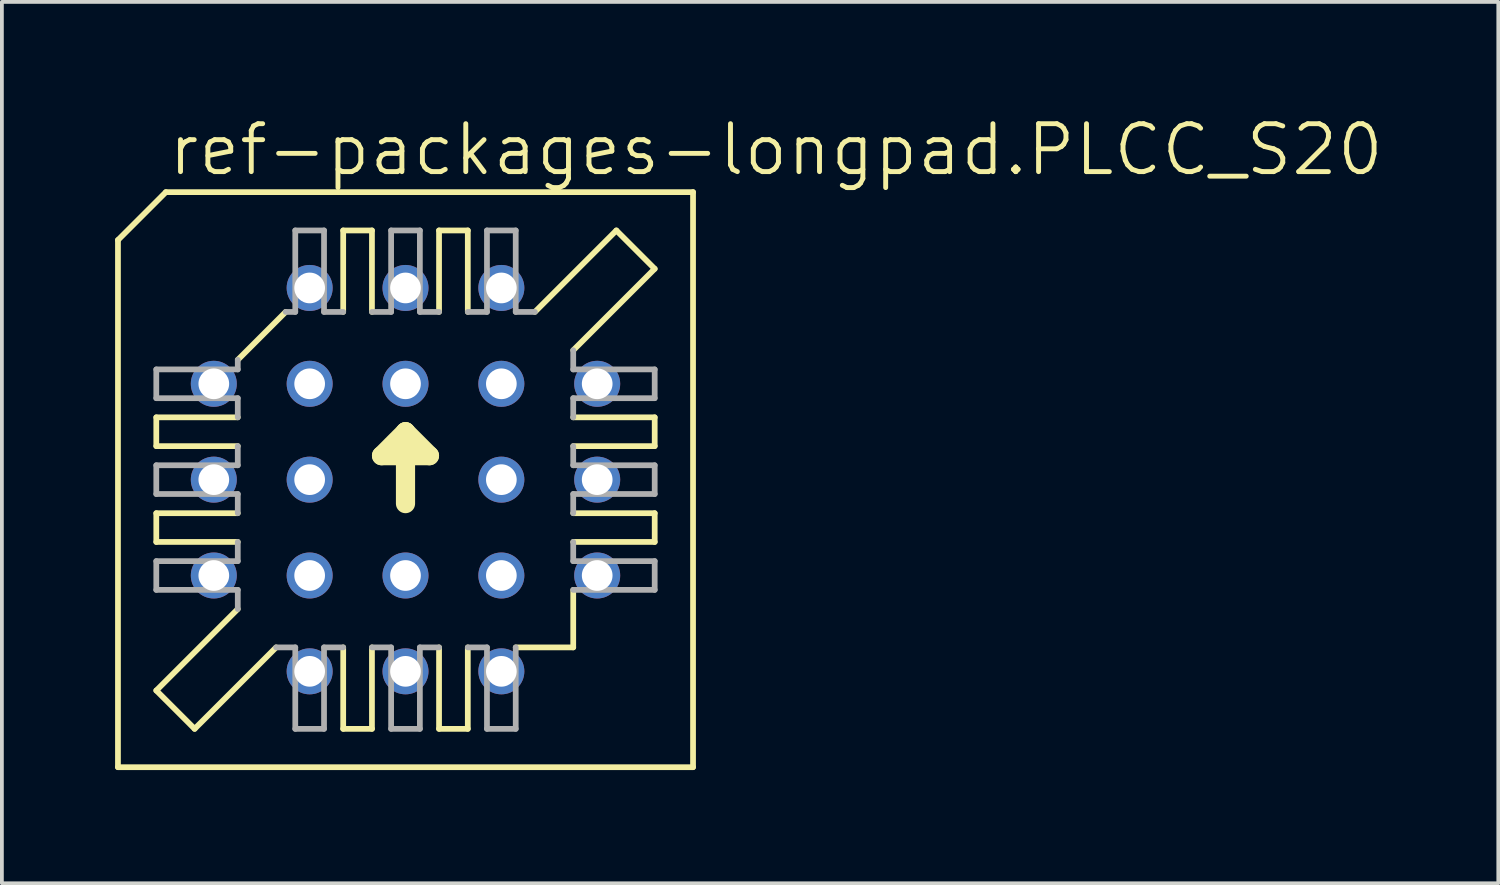
<source format=kicad_pcb>
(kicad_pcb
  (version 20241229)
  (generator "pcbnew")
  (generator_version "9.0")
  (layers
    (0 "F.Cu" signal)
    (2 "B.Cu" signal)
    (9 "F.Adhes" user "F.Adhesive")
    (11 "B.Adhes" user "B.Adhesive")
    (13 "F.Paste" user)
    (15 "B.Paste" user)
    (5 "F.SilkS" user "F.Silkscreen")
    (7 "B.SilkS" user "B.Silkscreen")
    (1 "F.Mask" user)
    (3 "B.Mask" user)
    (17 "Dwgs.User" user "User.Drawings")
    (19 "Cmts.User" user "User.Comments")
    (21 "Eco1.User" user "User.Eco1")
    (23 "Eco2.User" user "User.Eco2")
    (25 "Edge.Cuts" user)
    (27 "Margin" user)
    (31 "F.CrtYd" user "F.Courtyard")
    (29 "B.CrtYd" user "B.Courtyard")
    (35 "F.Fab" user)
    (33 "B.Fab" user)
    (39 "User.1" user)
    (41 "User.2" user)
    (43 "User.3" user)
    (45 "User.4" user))
  (footprint "ref-packages-longpad.PLCC_S20"
    (layer "F.Cu")
    (at 7.696 9.661)
    (property "Reference" "ref-packages-longpad.PLCC_S20" (at -6.35 -8.001 0) (layer "F.SilkS") (effects (font (size 1.27 1.27) (thickness 0.13)) (justify left bottom)))
    (attr through_hole)
    (fp_line (start -7.62 -6.35) (end -7.62 7.62) (stroke (width 0.152) (type default)) (layer "F.SilkS"))
    (fp_line (start -6.604 -0.889) (end -6.604 -1.651) (stroke (width 0.152) (type default)) (layer "F.SilkS"))
    (fp_line (start -6.604 -0.889) (end -4.445 -0.889) (stroke (width 0.152) (type default)) (layer "F.SilkS"))
    (fp_line (start -6.604 1.651) (end -6.604 0.889) (stroke (width 0.152) (type default)) (layer "F.SilkS"))
    (fp_line (start -6.604 1.651) (end -4.445 1.651) (stroke (width 0.152) (type default)) (layer "F.SilkS"))
    (fp_line (start -6.604 5.588) (end -4.445 3.429) (stroke (width 0.152) (type default)) (layer "F.SilkS"))
    (fp_line (start -6.35 -7.62) (end -7.62 -6.35) (stroke (width 0.152) (type default)) (layer "F.SilkS"))
    (fp_line (start -5.588 6.604) (end -6.604 5.588) (stroke (width 0.152) (type default)) (layer "F.SilkS"))
    (fp_line (start -5.588 6.604) (end -3.429 4.445) (stroke (width 0.152) (type default)) (layer "F.SilkS"))
    (fp_line (start -4.445 -3.175) (end -3.175 -4.445) (stroke (width 0.152) (type default)) (layer "F.SilkS"))
    (fp_line (start -4.445 -1.651) (end -6.604 -1.651) (stroke (width 0.152) (type default)) (layer "F.SilkS"))
    (fp_line (start -4.445 0.889) (end -6.604 0.889) (stroke (width 0.152) (type default)) (layer "F.SilkS"))
    (fp_line (start -1.651 -4.445) (end -1.651 -6.604) (stroke (width 0.152) (type default)) (layer "F.SilkS"))
    (fp_line (start -1.651 6.604) (end -1.651 4.445) (stroke (width 0.152) (type default)) (layer "F.SilkS"))
    (fp_line (start -1.651 6.604) (end -0.889 6.604) (stroke (width 0.152) (type default)) (layer "F.SilkS"))
    (fp_line (start -0.889 -6.604) (end -1.651 -6.604) (stroke (width 0.152) (type default)) (layer "F.SilkS"))
    (fp_line (start -0.889 -6.604) (end -0.889 -4.445) (stroke (width 0.152) (type default)) (layer "F.SilkS"))
    (fp_line (start -0.889 4.445) (end -0.889 6.604) (stroke (width 0.152) (type default)) (layer "F.SilkS"))
    (fp_line (start -0.635 -0.635) (end 0 -1.27) (stroke (width 0.508) (type default)) (layer "F.SilkS"))
    (fp_line (start 0 -1.27) (end 0 0.635) (stroke (width 0.508) (type default)) (layer "F.SilkS"))
    (fp_line (start 0 -1.27) (end 0.635 -0.635) (stroke (width 0.508) (type default)) (layer "F.SilkS"))
    (fp_line (start 0.635 -0.635) (end -0.635 -0.635) (stroke (width 0.508) (type default)) (layer "F.SilkS"))
    (fp_line (start 0.889 -4.445) (end 0.889 -6.604) (stroke (width 0.152) (type default)) (layer "F.SilkS"))
    (fp_line (start 0.889 6.604) (end 0.889 4.445) (stroke (width 0.152) (type default)) (layer "F.SilkS"))
    (fp_line (start 0.889 6.604) (end 1.651 6.604) (stroke (width 0.152) (type default)) (layer "F.SilkS"))
    (fp_line (start 1.651 -6.604) (end 0.889 -6.604) (stroke (width 0.152) (type default)) (layer "F.SilkS"))
    (fp_line (start 1.651 -6.604) (end 1.651 -4.445) (stroke (width 0.152) (type default)) (layer "F.SilkS"))
    (fp_line (start 1.651 4.445) (end 1.651 6.604) (stroke (width 0.152) (type default)) (layer "F.SilkS"))
    (fp_line (start 2.921 4.445) (end 4.445 4.445) (stroke (width 0.152) (type default)) (layer "F.SilkS"))
    (fp_line (start 4.445 -0.889) (end 6.604 -0.889) (stroke (width 0.152) (type default)) (layer "F.SilkS"))
    (fp_line (start 4.445 1.651) (end 6.604 1.651) (stroke (width 0.152) (type default)) (layer "F.SilkS"))
    (fp_line (start 4.445 2.921) (end 4.445 4.445) (stroke (width 0.152) (type default)) (layer "F.SilkS"))
    (fp_line (start 5.588 -6.604) (end 3.429 -4.445) (stroke (width 0.152) (type default)) (layer "F.SilkS"))
    (fp_line (start 6.604 -5.588) (end 4.445 -3.429) (stroke (width 0.152) (type default)) (layer "F.SilkS"))
    (fp_line (start 6.604 -5.588) (end 5.588 -6.604) (stroke (width 0.152) (type default)) (layer "F.SilkS"))
    (fp_line (start 6.604 -1.651) (end 4.445 -1.651) (stroke (width 0.152) (type default)) (layer "F.SilkS"))
    (fp_line (start 6.604 -1.651) (end 6.604 -0.889) (stroke (width 0.152) (type default)) (layer "F.SilkS"))
    (fp_line (start 6.604 0.889) (end 4.445 0.889) (stroke (width 0.152) (type default)) (layer "F.SilkS"))
    (fp_line (start 6.604 0.889) (end 6.604 1.651) (stroke (width 0.152) (type default)) (layer "F.SilkS"))
    (fp_line (start 7.62 -7.62) (end -6.35 -7.62) (stroke (width 0.152) (type default)) (layer "F.SilkS"))
    (fp_line (start 7.62 7.62) (end -7.62 7.62) (stroke (width 0.152) (type default)) (layer "F.SilkS"))
    (fp_line (start 7.62 7.62) (end 7.62 -7.62) (stroke (width 0.152) (type default)) (layer "F.SilkS"))
    (fp_line (start -6.604 -2.159) (end -6.604 -2.921) (stroke (width 0.152) (type default)) (layer "F.Fab"))
    (fp_line (start -6.604 -2.159) (end -4.445 -2.159) (stroke (width 0.152) (type default)) (layer "F.Fab"))
    (fp_line (start -6.604 0.381) (end -6.604 -0.381) (stroke (width 0.152) (type default)) (layer "F.Fab"))
    (fp_line (start -6.604 0.381) (end -4.445 0.381) (stroke (width 0.152) (type default)) (layer "F.Fab"))
    (fp_line (start -6.604 2.921) (end -6.604 2.159) (stroke (width 0.152) (type default)) (layer "F.Fab"))
    (fp_line (start -6.604 2.921) (end -4.445 2.921) (stroke (width 0.152) (type default)) (layer "F.Fab"))
    (fp_line (start -4.445 -2.921) (end -6.604 -2.921) (stroke (width 0.152) (type default)) (layer "F.Fab"))
    (fp_line (start -4.445 -2.921) (end -4.445 -3.175) (stroke (width 0.152) (type default)) (layer "F.Fab"))
    (fp_line (start -4.445 -1.651) (end -4.445 -2.159) (stroke (width 0.152) (type default)) (layer "F.Fab"))
    (fp_line (start -4.445 -0.381) (end -6.604 -0.381) (stroke (width 0.152) (type default)) (layer "F.Fab"))
    (fp_line (start -4.445 -0.381) (end -4.445 -0.889) (stroke (width 0.152) (type default)) (layer "F.Fab"))
    (fp_line (start -4.445 0.889) (end -4.445 0.381) (stroke (width 0.152) (type default)) (layer "F.Fab"))
    (fp_line (start -4.445 2.159) (end -6.604 2.159) (stroke (width 0.152) (type default)) (layer "F.Fab"))
    (fp_line (start -4.445 2.159) (end -4.445 1.651) (stroke (width 0.152) (type default)) (layer "F.Fab"))
    (fp_line (start -4.445 3.429) (end -4.445 2.921) (stroke (width 0.152) (type default)) (layer "F.Fab"))
    (fp_line (start -3.429 4.445) (end -2.921 4.445) (stroke (width 0.152) (type default)) (layer "F.Fab"))
    (fp_line (start -2.921 -4.445) (end -3.175 -4.445) (stroke (width 0.152) (type default)) (layer "F.Fab"))
    (fp_line (start -2.921 -4.445) (end -2.921 -6.604) (stroke (width 0.152) (type default)) (layer "F.Fab"))
    (fp_line (start -2.921 6.604) (end -2.921 4.445) (stroke (width 0.152) (type default)) (layer "F.Fab"))
    (fp_line (start -2.921 6.604) (end -2.159 6.604) (stroke (width 0.152) (type default)) (layer "F.Fab"))
    (fp_line (start -2.159 -6.604) (end -2.921 -6.604) (stroke (width 0.152) (type default)) (layer "F.Fab"))
    (fp_line (start -2.159 -6.604) (end -2.159 -4.445) (stroke (width 0.152) (type default)) (layer "F.Fab"))
    (fp_line (start -2.159 4.445) (end -2.159 6.604) (stroke (width 0.152) (type default)) (layer "F.Fab"))
    (fp_line (start -2.159 4.445) (end -1.651 4.445) (stroke (width 0.152) (type default)) (layer "F.Fab"))
    (fp_line (start -1.651 -4.445) (end -2.159 -4.445) (stroke (width 0.152) (type default)) (layer "F.Fab"))
    (fp_line (start -0.889 4.445) (end -0.381 4.445) (stroke (width 0.152) (type default)) (layer "F.Fab"))
    (fp_line (start -0.381 -4.445) (end -0.889 -4.445) (stroke (width 0.152) (type default)) (layer "F.Fab"))
    (fp_line (start -0.381 -4.445) (end -0.381 -6.604) (stroke (width 0.152) (type default)) (layer "F.Fab"))
    (fp_line (start -0.381 6.604) (end -0.381 4.445) (stroke (width 0.152) (type default)) (layer "F.Fab"))
    (fp_line (start -0.381 6.604) (end 0.381 6.604) (stroke (width 0.152) (type default)) (layer "F.Fab"))
    (fp_line (start 0.381 -6.604) (end -0.381 -6.604) (stroke (width 0.152) (type default)) (layer "F.Fab"))
    (fp_line (start 0.381 -6.604) (end 0.381 -4.445) (stroke (width 0.152) (type default)) (layer "F.Fab"))
    (fp_line (start 0.381 4.445) (end 0.381 6.604) (stroke (width 0.152) (type default)) (layer "F.Fab"))
    (fp_line (start 0.381 4.445) (end 0.889 4.445) (stroke (width 0.152) (type default)) (layer "F.Fab"))
    (fp_line (start 0.889 -4.445) (end 0.381 -4.445) (stroke (width 0.152) (type default)) (layer "F.Fab"))
    (fp_line (start 1.651 4.445) (end 2.159 4.445) (stroke (width 0.152) (type default)) (layer "F.Fab"))
    (fp_line (start 2.159 -4.445) (end 1.651 -4.445) (stroke (width 0.152) (type default)) (layer "F.Fab"))
    (fp_line (start 2.159 -4.445) (end 2.159 -6.604) (stroke (width 0.152) (type default)) (layer "F.Fab"))
    (fp_line (start 2.159 6.604) (end 2.159 4.445) (stroke (width 0.152) (type default)) (layer "F.Fab"))
    (fp_line (start 2.159 6.604) (end 2.921 6.604) (stroke (width 0.152) (type default)) (layer "F.Fab"))
    (fp_line (start 2.921 -6.604) (end 2.159 -6.604) (stroke (width 0.152) (type default)) (layer "F.Fab"))
    (fp_line (start 2.921 -6.604) (end 2.921 -4.445) (stroke (width 0.152) (type default)) (layer "F.Fab"))
    (fp_line (start 2.921 4.445) (end 2.921 6.604) (stroke (width 0.152) (type default)) (layer "F.Fab"))
    (fp_line (start 3.429 -4.445) (end 2.921 -4.445) (stroke (width 0.152) (type default)) (layer "F.Fab"))
    (fp_line (start 4.445 -3.429) (end 4.445 -2.921) (stroke (width 0.152) (type default)) (layer "F.Fab"))
    (fp_line (start 4.445 -2.159) (end 4.445 -1.651) (stroke (width 0.152) (type default)) (layer "F.Fab"))
    (fp_line (start 4.445 -2.159) (end 6.604 -2.159) (stroke (width 0.152) (type default)) (layer "F.Fab"))
    (fp_line (start 4.445 -0.889) (end 4.445 -0.381) (stroke (width 0.152) (type default)) (layer "F.Fab"))
    (fp_line (start 4.445 0.381) (end 4.445 0.889) (stroke (width 0.152) (type default)) (layer "F.Fab"))
    (fp_line (start 4.445 0.381) (end 6.604 0.381) (stroke (width 0.152) (type default)) (layer "F.Fab"))
    (fp_line (start 4.445 1.651) (end 4.445 2.159) (stroke (width 0.152) (type default)) (layer "F.Fab"))
    (fp_line (start 4.445 2.921) (end 6.604 2.921) (stroke (width 0.152) (type default)) (layer "F.Fab"))
    (fp_line (start 6.604 -2.921) (end 4.445 -2.921) (stroke (width 0.152) (type default)) (layer "F.Fab"))
    (fp_line (start 6.604 -2.921) (end 6.604 -2.159) (stroke (width 0.152) (type default)) (layer "F.Fab"))
    (fp_line (start 6.604 -0.381) (end 4.445 -0.381) (stroke (width 0.152) (type default)) (layer "F.Fab"))
    (fp_line (start 6.604 -0.381) (end 6.604 0.381) (stroke (width 0.152) (type default)) (layer "F.Fab"))
    (fp_line (start 6.604 2.159) (end 4.445 2.159) (stroke (width 0.152) (type default)) (layer "F.Fab"))
    (fp_line (start 6.604 2.159) (end 6.604 2.921) (stroke (width 0.152) (type default)) (layer "F.Fab"))
    (pad "1" thru_hole circle (at 0 -5.08) (size 1.219 1.219) (drill 0.813) (layers "*.Cu" "*.Mask"))
    (pad "2" thru_hole circle (at 0 -2.54) (size 1.219 1.219) (drill 0.813) (layers "*.Cu" "*.Mask"))
    (pad "3" thru_hole circle (at -2.54 -5.08) (size 1.219 1.219) (drill 0.813) (layers "*.Cu" "*.Mask"))
    (pad "4" thru_hole circle (at -5.08 -2.54) (size 1.219 1.219) (drill 0.813) (layers "*.Cu" "*.Mask"))
    (pad "5" thru_hole circle (at -2.54 -2.54) (size 1.219 1.219) (drill 0.813) (layers "*.Cu" "*.Mask"))
    (pad "6" thru_hole circle (at -5.08 0) (size 1.219 1.219) (drill 0.813) (layers "*.Cu" "*.Mask"))
    (pad "7" thru_hole circle (at -2.54 0) (size 1.219 1.219) (drill 0.813) (layers "*.Cu" "*.Mask"))
    (pad "8" thru_hole circle (at -5.08 2.54) (size 1.219 1.219) (drill 0.813) (layers "*.Cu" "*.Mask"))
    (pad "9" thru_hole circle (at -2.54 5.08) (size 1.219 1.219) (drill 0.813) (layers "*.Cu" "*.Mask"))
    (pad "10" thru_hole circle (at -2.54 2.54) (size 1.219 1.219) (drill 0.813) (layers "*.Cu" "*.Mask"))
    (pad "11" thru_hole circle (at 0 5.08) (size 1.219 1.219) (drill 0.813) (layers "*.Cu" "*.Mask"))
    (pad "12" thru_hole circle (at 0 2.54) (size 1.219 1.219) (drill 0.813) (layers "*.Cu" "*.Mask"))
    (pad "13" thru_hole circle (at 2.54 5.08) (size 1.219 1.219) (drill 0.813) (layers "*.Cu" "*.Mask"))
    (pad "14" thru_hole circle (at 5.08 2.54) (size 1.219 1.219) (drill 0.813) (layers "*.Cu" "*.Mask"))
    (pad "15" thru_hole circle (at 2.54 2.54) (size 1.219 1.219) (drill 0.813) (layers "*.Cu" "*.Mask"))
    (pad "16" thru_hole circle (at 5.08 0) (size 1.219 1.219) (drill 0.813) (layers "*.Cu" "*.Mask"))
    (pad "17" thru_hole circle (at 2.54 0) (size 1.219 1.219) (drill 0.813) (layers "*.Cu" "*.Mask"))
    (pad "18" thru_hole circle (at 5.08 -2.54) (size 1.219 1.219) (drill 0.813) (layers "*.Cu" "*.Mask"))
    (pad "19" thru_hole circle (at 2.54 -5.08) (size 1.219 1.219) (drill 0.813) (layers "*.Cu" "*.Mask"))
    (pad "20" thru_hole circle (at 2.54 -2.54) (size 1.219 1.219) (drill 0.813) (layers "*.Cu" "*.Mask")))
  (gr_rect
    (start -3 -3)
    (end 36.656 20.357)
    (stroke (width 0.1) (type default))
    (fill no)
    (layer "Edge.Cuts")))
</source>
